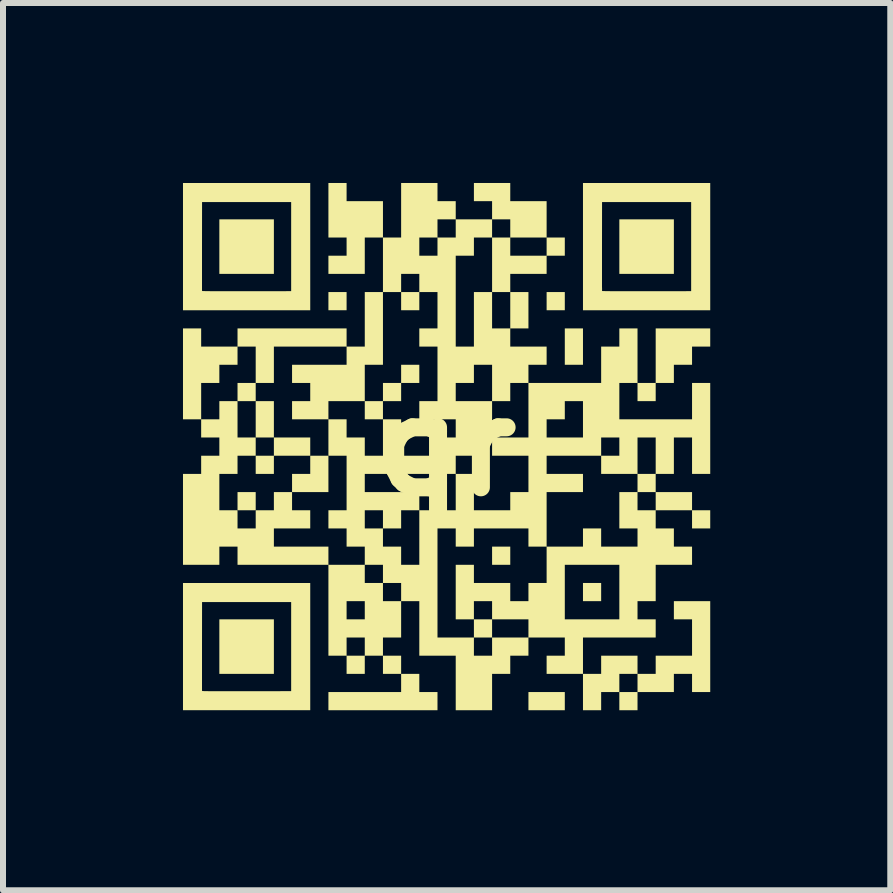
<source format=kicad_pcb>
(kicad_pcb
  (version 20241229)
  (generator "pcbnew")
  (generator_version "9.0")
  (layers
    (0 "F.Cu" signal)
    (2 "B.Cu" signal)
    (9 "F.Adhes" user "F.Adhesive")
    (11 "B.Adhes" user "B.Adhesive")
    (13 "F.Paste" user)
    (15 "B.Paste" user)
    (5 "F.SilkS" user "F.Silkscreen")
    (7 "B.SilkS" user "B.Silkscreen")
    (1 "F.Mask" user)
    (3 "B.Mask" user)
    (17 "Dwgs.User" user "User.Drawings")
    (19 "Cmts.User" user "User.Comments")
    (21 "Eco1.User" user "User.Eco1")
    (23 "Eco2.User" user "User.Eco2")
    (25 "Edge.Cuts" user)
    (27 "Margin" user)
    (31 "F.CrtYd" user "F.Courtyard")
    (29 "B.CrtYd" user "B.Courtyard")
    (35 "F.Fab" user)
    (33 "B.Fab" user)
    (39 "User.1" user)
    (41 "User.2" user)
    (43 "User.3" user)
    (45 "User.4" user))
  (footprint "qr"
    (layer "F.Cu")
    (at 4.394 4.394)
    (property "Reference" "qr" (at 0 0 0) (layer "F.SilkS") (effects (font (size 1.5 1.5) (thickness 0.3))))
    (attr board_only exclude_from_pos_files exclude_from_bom)
    (fp_poly (pts (xy -3.182 -0.909) (xy -3.182 -0.758) (xy -3.334 -0.758) (xy -3.485 -0.758) (xy -3.485 -0.909) (xy -3.485 -1.061) (xy -3.334 -1.061) (xy -3.182 -1.061)) (stroke (width 0) (type solid)) (fill yes) (layer "F.SilkS"))
    (fp_poly (pts (xy -3.182 0.909) (xy -3.182 1.061) (xy -3.334 1.061) (xy -3.485 1.061) (xy -3.485 0.909) (xy -3.485 0.758) (xy -3.334 0.758) (xy -3.182 0.758)) (stroke (width 0) (type solid)) (fill yes) (layer "F.SilkS"))
    (fp_poly (pts (xy -2.879 -3.334) (xy -2.879 -2.879) (xy -3.334 -2.879) (xy -3.788 -2.879) (xy -3.788 -3.334) (xy -3.788 -3.788) (xy -3.334 -3.788) (xy -2.879 -3.788)) (stroke (width 0) (type solid)) (fill yes) (layer "F.SilkS"))
    (fp_poly (pts (xy -2.879 -0.455) (xy -2.879 -0.152) (xy -3.031 -0.152) (xy -3.182 -0.152) (xy -3.182 -0.455) (xy -3.182 -0.758) (xy -3.031 -0.758) (xy -2.879 -0.758)) (stroke (width 0) (type solid)) (fill yes) (layer "F.SilkS"))
    (fp_poly (pts (xy -2.879 3.334) (xy -2.879 3.788) (xy -3.334 3.788) (xy -3.788 3.788) (xy -3.788 3.334) (xy -3.788 2.879) (xy -3.334 2.879) (xy -2.879 2.879)) (stroke (width 0) (type solid)) (fill yes) (layer "F.SilkS"))
    (fp_poly (pts (xy -1.667 -2.424) (xy -1.667 -2.273) (xy -1.818 -2.273) (xy -1.97 -2.273) (xy -1.97 -2.424) (xy -1.97 -2.576) (xy -1.818 -2.576) (xy -1.667 -2.576)) (stroke (width 0) (type solid)) (fill yes) (layer "F.SilkS"))
    (fp_poly (pts (xy -0.758 3.637) (xy -0.758 3.788) (xy -0.909 3.788) (xy -1.061 3.788) (xy -1.061 3.637) (xy -1.061 3.485) (xy -0.909 3.485) (xy -0.758 3.485)) (stroke (width 0) (type solid)) (fill yes) (layer "F.SilkS"))
    (fp_poly (pts (xy -0.455 -2.424) (xy -0.455 -2.273) (xy -0.606 -2.273) (xy -0.758 -2.273) (xy -0.758 -2.424) (xy -0.758 -2.576) (xy -0.606 -2.576) (xy -0.455 -2.576)) (stroke (width 0) (type solid)) (fill yes) (layer "F.SilkS"))
    (fp_poly (pts (xy 0.758 3.031) (xy 0.758 3.182) (xy 0.606 3.182) (xy 0.455 3.182) (xy 0.455 3.031) (xy 0.455 2.879) (xy 0.606 2.879) (xy 0.758 2.879)) (stroke (width 0) (type solid)) (fill yes) (layer "F.SilkS"))
    (fp_poly (pts (xy 1.061 1.818) (xy 1.061 1.97) (xy 0.909 1.97) (xy 0.758 1.97) (xy 0.758 1.818) (xy 0.758 1.667) (xy 0.909 1.667) (xy 1.061 1.667)) (stroke (width 0) (type solid)) (fill yes) (layer "F.SilkS"))
    (fp_poly (pts (xy 1.97 -2.424) (xy 1.97 -2.273) (xy 1.818 -2.273) (xy 1.667 -2.273) (xy 1.667 -2.424) (xy 1.667 -2.576) (xy 1.818 -2.576) (xy 1.97 -2.576)) (stroke (width 0) (type solid)) (fill yes) (layer "F.SilkS"))
    (fp_poly (pts (xy 1.97 4.243) (xy 1.97 4.394) (xy 1.667 4.394) (xy 1.364 4.394) (xy 1.364 4.243) (xy 1.364 4.091) (xy 1.667 4.091) (xy 1.97 4.091)) (stroke (width 0) (type solid)) (fill yes) (layer "F.SilkS"))
    (fp_poly (pts (xy 2.273 -1.667) (xy 2.273 -1.364) (xy 2.121 -1.364) (xy 1.97 -1.364) (xy 1.97 -1.667) (xy 1.97 -1.97) (xy 2.121 -1.97) (xy 2.273 -1.97)) (stroke (width 0) (type solid)) (fill yes) (layer "F.SilkS"))
    (fp_poly (pts (xy 2.576 2.424) (xy 2.576 2.576) (xy 2.424 2.576) (xy 2.273 2.576) (xy 2.273 2.424) (xy 2.273 2.273) (xy 2.424 2.273) (xy 2.576 2.273)) (stroke (width 0) (type solid)) (fill yes) (layer "F.SilkS"))
    (fp_poly (pts (xy 3.788 -3.334) (xy 3.788 -2.879) (xy 3.334 -2.879) (xy 2.879 -2.879) (xy 2.879 -3.334) (xy 2.879 -3.788) (xy 3.334 -3.788) (xy 3.788 -3.788)) (stroke (width 0) (type solid)) (fill yes) (layer "F.SilkS"))
    (fp_poly (pts (xy 4.394 1.212) (xy 4.394 1.364) (xy 4.243 1.364) (xy 4.091 1.364) (xy 4.091 1.212) (xy 4.091 1.061) (xy 4.243 1.061) (xy 4.394 1.061)) (stroke (width 0) (type solid)) (fill yes) (layer "F.SilkS"))
    (fp_poly (pts (xy -1.97 0.455) (xy -1.97 0.758) (xy -2.273 0.758) (xy -2.576 0.758) (xy -2.576 0.606) (xy -2.576 0.455) (xy -2.424 0.455) (xy -2.273 0.455) (xy -2.273 0.303) (xy -2.273 0.152) (xy -2.121 0.152) (xy -1.97 0.152)) (stroke (width 0) (type solid)) (fill yes) (layer "F.SilkS"))
    (fp_poly (pts (xy -2.273 0) (xy -2.273 0.152) (xy -2.576 0.152) (xy -2.879 0.152) (xy -2.879 0.303) (xy -2.879 0.455) (xy -3.031 0.455) (xy -3.182 0.455) (xy -3.182 0.303) (xy -3.182 0.152) (xy -3.031 0.152) (xy -2.879 0.152) (xy -2.879 0) (xy -2.879 -0.152) (xy -2.576 -0.152) (xy -2.273 -0.152)) (stroke (width 0) (type solid)) (fill yes) (layer "F.SilkS"))
    (fp_poly (pts (xy -0.455 3.94) (xy -0.455 4.091) (xy -0.303 4.091) (xy -0.152 4.091) (xy -0.152 4.243) (xy -0.152 4.394) (xy -1.061 4.394) (xy -1.97 4.394) (xy -1.97 4.243) (xy -1.97 4.091) (xy -1.364 4.091) (xy -0.758 4.091) (xy -0.758 3.94) (xy -0.758 3.788) (xy -0.606 3.788) (xy -0.455 3.788)) (stroke (width 0) (type solid)) (fill yes) (layer "F.SilkS"))
    (fp_poly (pts (xy -0.455 -1.212) (xy -0.455 -1.061) (xy -0.606 -1.061) (xy -0.758 -1.061) (xy -0.758 -0.909) (xy -0.758 -0.758) (xy -0.909 -0.758) (xy -1.061 -0.758) (xy -1.061 -0.606) (xy -1.061 -0.455) (xy -1.212 -0.455) (xy -1.364 -0.455) (xy -1.364 -0.606) (xy -1.364 -0.758) (xy -1.212 -0.758) (xy -1.061 -0.758) (xy -1.061 -0.909) (xy -1.061 -1.061) (xy -0.909 -1.061) (xy -0.758 -1.061) (xy -0.758 -1.212) (xy -0.758 -1.364) (xy -0.606 -1.364) (xy -0.455 -1.364)) (stroke (width 0) (type solid)) (fill yes) (layer "F.SilkS"))
    (fp_poly (pts (xy -2.273 -3.334) (xy -2.273 -2.273) (xy -3.334 -2.273) (xy -4.394 -2.273) (xy -4.394 -2.967) (xy -4.077 -2.967) (xy -4.077 -2.903) (xy -4.077 -2.844) (xy -4.077 -2.79) (xy -4.077 -2.742) (xy -4.077 -2.7) (xy -4.077 -2.664) (xy -4.077 -2.635) (xy -4.077 -2.614) (xy -4.076 -2.6) (xy -4.076 -2.595) (xy -4.076 -2.595) (xy -4.074 -2.594) (xy -4.069 -2.593) (xy -4.06 -2.593) (xy -4.048 -2.592) (xy -4.03 -2.592) (xy -4.009 -2.591) (xy -3.982 -2.591) (xy -3.95 -2.591) (xy -3.912 -2.59) (xy -3.868 -2.59) (xy -3.818 -2.59) (xy -3.761 -2.59) (xy -3.698 -2.59) (xy -3.627 -2.59) (xy -3.548 -2.59) (xy -3.461 -2.59) (xy -3.366 -2.59) (xy -3.333 -2.59) (xy -2.591 -2.591) (xy -2.591 -3.334) (xy -2.591 -4.076) (xy -3.334 -4.076) (xy -4.076 -4.076) (xy -4.077 -3.338) (xy -4.077 -3.258) (xy -4.077 -3.181) (xy -4.077 -3.106) (xy -4.077 -3.034) (xy -4.077 -2.967) (xy -4.394 -2.967) (xy -4.394 -3.334) (xy -4.394 -4.394) (xy -3.334 -4.394) (xy -2.273 -4.394)) (stroke (width 0) (type solid)) (fill yes) (layer "F.SilkS"))
    (fp_poly (pts (xy -2.273 3.334) (xy -2.273 4.394) (xy -3.334 4.394) (xy -4.394 4.394) (xy -4.394 3.701) (xy -4.077 3.701) (xy -4.077 3.764) (xy -4.077 3.823) (xy -4.077 3.877) (xy -4.077 3.925) (xy -4.077 3.968) (xy -4.077 4.003) (xy -4.077 4.032) (xy -4.077 4.054) (xy -4.076 4.067) (xy -4.076 4.073) (xy -4.076 4.073) (xy -4.074 4.073) (xy -4.069 4.074) (xy -4.06 4.075) (xy -4.048 4.075) (xy -4.03 4.076) (xy -4.009 4.076) (xy -3.982 4.076) (xy -3.95 4.077) (xy -3.912 4.077) (xy -3.868 4.077) (xy -3.818 4.077) (xy -3.761 4.077) (xy -3.698 4.077) (xy -3.627 4.077) (xy -3.548 4.077) (xy -3.461 4.077) (xy -3.366 4.077) (xy -3.333 4.077) (xy -2.591 4.076) (xy -2.591 3.334) (xy -2.591 2.591) (xy -3.334 2.591) (xy -4.076 2.591) (xy -4.077 3.329) (xy -4.077 3.409) (xy -4.077 3.487) (xy -4.077 3.561) (xy -4.077 3.633) (xy -4.077 3.701) (xy -4.394 3.701) (xy -4.394 3.334) (xy -4.394 2.273) (xy -3.334 2.273) (xy -2.273 2.273)) (stroke (width 0) (type solid)) (fill yes) (layer "F.SilkS"))
    (fp_poly (pts (xy 4.394 -3.334) (xy 4.394 -2.273) (xy 3.334 -2.273) (xy 2.273 -2.273) (xy 2.273 -2.967) (xy 2.59 -2.967) (xy 2.59 -2.903) (xy 2.59 -2.844) (xy 2.59 -2.79) (xy 2.59 -2.742) (xy 2.59 -2.7) (xy 2.59 -2.664) (xy 2.591 -2.635) (xy 2.591 -2.614) (xy 2.591 -2.6) (xy 2.591 -2.595) (xy 2.591 -2.595) (xy 2.593 -2.594) (xy 2.598 -2.593) (xy 2.607 -2.593) (xy 2.62 -2.592) (xy 2.637 -2.592) (xy 2.659 -2.591) (xy 2.685 -2.591) (xy 2.718 -2.591) (xy 2.755 -2.59) (xy 2.799 -2.59) (xy 2.849 -2.59) (xy 2.906 -2.59) (xy 2.97 -2.59) (xy 3.041 -2.59) (xy 3.119 -2.59) (xy 3.206 -2.59) (xy 3.301 -2.59) (xy 3.335 -2.59) (xy 4.076 -2.591) (xy 4.076 -3.334) (xy 4.076 -4.076) (xy 3.334 -4.076) (xy 2.591 -4.076) (xy 2.59 -3.338) (xy 2.59 -3.258) (xy 2.59 -3.181) (xy 2.59 -3.106) (xy 2.59 -3.034) (xy 2.59 -2.967) (xy 2.273 -2.967) (xy 2.273 -3.334) (xy 2.273 -4.394) (xy 3.334 -4.394) (xy 4.394 -4.394)) (stroke (width 0) (type solid)) (fill yes) (layer "F.SilkS"))
    (fp_poly (pts (xy -1.667 -4.243) (xy -1.667 -4.091) (xy -1.364 -4.091) (xy -1.061 -4.091) (xy -1.061 -3.788) (xy -1.061 -3.485) (xy -0.909 -3.485) (xy -0.758 -3.485) (xy -0.455 -3.485) (xy -0.455 -3.334) (xy -0.455 -3.182) (xy -0.303 -3.182) (xy -0.152 -3.182) (xy 0.152 -3.182) (xy 0.152 -2.424) (xy 0.152 -1.667) (xy 0.303 -1.667) (xy 0.455 -1.667) (xy 0.455 -2.121) (xy 0.455 -2.576) (xy 0.606 -2.576) (xy 0.758 -2.576) (xy 0.758 -3.031) (xy 0.758 -3.485) (xy 0.909 -3.485) (xy 1.061 -3.485) (xy 1.061 -3.637) (xy 1.061 -3.788) (xy 0.909 -3.788) (xy 0.758 -3.788) (xy 0.758 -3.637) (xy 0.758 -3.485) (xy 0.606 -3.485) (xy 0.455 -3.485) (xy 0.455 -3.334) (xy 0.455 -3.182) (xy 0.303 -3.182) (xy 0.152 -3.182) (xy -0.152 -3.182) (xy -0.152 -3.334) (xy -0.152 -3.485) (xy 0 -3.485) (xy 0.152 -3.485) (xy 0.152 -3.637) (xy 0.152 -3.788) (xy 0 -3.788) (xy -0.152 -3.788) (xy -0.152 -3.637) (xy -0.152 -3.485) (xy -0.303 -3.485) (xy -0.455 -3.485) (xy -0.758 -3.485) (xy -0.758 -3.94) (xy -0.758 -4.394) (xy -0.455 -4.394) (xy -0.152 -4.394) (xy -0.152 -4.243) (xy -0.152 -4.091) (xy 0 -4.091) (xy 0.152 -4.091) (xy 0.152 -3.94) (xy 0.152 -3.788) (xy 0.455 -3.788) (xy 0.758 -3.788) (xy 0.758 -3.94) (xy 0.758 -4.091) (xy 0.606 -4.091) (xy 0.455 -4.091) (xy 0.455 -4.243) (xy 0.455 -4.394) (xy 0.758 -4.394) (xy 1.061 -4.394) (xy 1.061 -4.243) (xy 1.061 -4.091) (xy 1.364 -4.091) (xy 1.667 -4.091) (xy 1.667 -3.788) (xy 1.667 -3.485) (xy 1.364 -3.485) (xy 1.061 -3.485) (xy 1.061 -3.334) (xy 1.061 -3.182) (xy 1.364 -3.182) (xy 1.667 -3.182) (xy 1.667 -3.334) (xy 1.667 -3.485) (xy 1.818 -3.485) (xy 1.97 -3.485) (xy 1.97 -3.334) (xy 1.97 -3.182) (xy 1.818 -3.182) (xy 1.667 -3.182) (xy 1.667 -3.031) (xy 1.667 -2.879) (xy 1.364 -2.879) (xy 1.061 -2.879) (xy 1.061 -2.728) (xy 1.061 -2.576) (xy 0.909 -2.576) (xy 0.758 -2.576) (xy 0.758 -2.273) (xy 0.758 -1.97) (xy 0.909 -1.97) (xy 1.061 -1.97) (xy 1.061 -2.273) (xy 1.061 -2.576) (xy 1.212 -2.576) (xy 1.364 -2.576) (xy 1.364 -2.273) (xy 1.364 -1.97) (xy 1.212 -1.97) (xy 1.061 -1.97) (xy 1.061 -1.818) (xy 1.061 -1.667) (xy 1.364 -1.667) (xy 1.667 -1.667) (xy 1.667 -1.515) (xy 1.667 -1.364) (xy 1.515 -1.364) (xy 1.364 -1.364) (xy 1.364 -1.212) (xy 1.364 -1.061) (xy 1.97 -1.061) (xy 2.576 -1.061) (xy 2.576 -1.364) (xy 2.576 -1.667) (xy 2.728 -1.667) (xy 2.879 -1.667) (xy 2.879 -1.818) (xy 2.879 -1.97) (xy 3.031 -1.97) (xy 3.182 -1.97) (xy 3.182 -1.515) (xy 3.182 -1.061) (xy 3.334 -1.061) (xy 3.485 -1.061) (xy 3.485 -1.515) (xy 3.485 -1.97) (xy 3.94 -1.97) (xy 4.394 -1.97) (xy 4.394 -1.818) (xy 4.394 -1.667) (xy 4.243 -1.667) (xy 4.091 -1.667) (xy 4.091 -1.515) (xy 4.091 -1.364) (xy 3.94 -1.364) (xy 3.788 -1.364) (xy 3.788 -1.212) (xy 3.788 -1.061) (xy 3.637 -1.061) (xy 3.485 -1.061) (xy 3.485 -0.909) (xy 3.485 -0.758) (xy 3.334 -0.758) (xy 3.182 -0.758) (xy 3.182 -0.909) (xy 3.182 -1.061) (xy 3.031 -1.061) (xy 2.879 -1.061) (xy 2.879 -0.758) (xy 2.879 -0.455) (xy 3.485 -0.455) (xy 4.091 -0.455) (xy 4.091 -0.758) (xy 4.091 -1.061) (xy 4.243 -1.061) (xy 4.394 -1.061) (xy 4.394 -0.303) (xy 4.394 0.455) (xy 4.243 0.455) (xy 4.091 0.455) (xy 4.091 0.152) (xy 4.091 -0.152) (xy 3.94 -0.152) (xy 3.788 -0.152) (xy 3.788 0.152) (xy 3.788 0.455) (xy 3.637 0.455) (xy 3.485 0.455) (xy 3.485 0.606) (xy 3.485 0.758) (xy 3.334 0.758) (xy 3.182 0.758) (xy 3.182 0.909) (xy 3.182 1.061) (xy 3.334 1.061) (xy 3.485 1.061) (xy 3.485 0.909) (xy 3.485 0.758) (xy 3.788 0.758) (xy 4.091 0.758) (xy 4.091 0.909) (xy 4.091 1.061) (xy 3.788 1.061) (xy 3.485 1.061) (xy 3.485 1.212) (xy 3.485 1.364) (xy 3.637 1.364) (xy 3.788 1.364) (xy 3.788 1.515) (xy 3.788 1.667) (xy 3.94 1.667) (xy 4.091 1.667) (xy 4.091 1.818) (xy 4.091 1.97) (xy 3.788 1.97) (xy 3.485 1.97) (xy 3.485 2.273) (xy 3.485 2.576) (xy 3.334 2.576) (xy 3.182 2.576) (xy 3.182 2.728) (xy 3.182 2.879) (xy 3.334 2.879) (xy 3.485 2.879) (xy 3.485 3.031) (xy 3.485 3.182) (xy 2.879 3.182) (xy 2.273 3.182) (xy 2.273 3.485) (xy 2.273 3.788) (xy 2.424 3.788) (xy 2.576 3.788) (xy 2.576 3.637) (xy 2.576 3.485) (xy 2.879 3.485) (xy 3.182 3.485) (xy 3.182 3.637) (xy 3.182 3.788) (xy 3.334 3.788) (xy 3.485 3.788) (xy 3.485 3.637) (xy 3.485 3.485) (xy 3.788 3.485) (xy 4.091 3.485) (xy 4.091 3.182) (xy 4.091 2.879) (xy 3.94 2.879) (xy 3.788 2.879) (xy 3.788 2.728) (xy 3.788 2.576) (xy 4.091 2.576) (xy 4.394 2.576) (xy 4.394 3.334) (xy 4.394 4.091) (xy 4.243 4.091) (xy 4.091 4.091) (xy 4.091 3.94) (xy 4.091 3.788) (xy 3.94 3.788) (xy 3.788 3.788) (xy 3.788 3.94) (xy 3.788 4.091) (xy 3.485 4.091) (xy 3.182 4.091) (xy 3.182 4.243) (xy 3.182 4.394) (xy 3.031 4.394) (xy 2.879 4.394) (xy 2.879 4.243) (xy 2.879 4.091) (xy 2.728 4.091) (xy 2.576 4.091) (xy 2.576 4.243) (xy 2.576 4.394) (xy 2.424 4.394) (xy 2.273 4.394) (xy 2.273 4.091) (xy 2.273 3.94) (xy 2.879 3.94) (xy 2.879 4.091) (xy 3.031 4.091) (xy 3.182 4.091) (xy 3.182 3.94) (xy 3.182 3.788) (xy 3.031 3.788) (xy 2.879 3.788) (xy 2.879 3.94) (xy 2.273 3.94) (xy 2.273 3.788) (xy 1.97 3.788) (xy 1.667 3.788) (xy 1.667 3.637) (xy 1.667 3.485) (xy 1.818 3.485) (xy 1.97 3.485) (xy 1.97 3.334) (xy 1.97 3.182) (xy 1.667 3.182) (xy 1.364 3.182) (xy 1.364 3.334) (xy 1.364 3.485) (xy 1.212 3.485) (xy 1.061 3.485) (xy 1.061 3.637) (xy 1.061 3.788) (xy 0.909 3.788) (xy 0.758 3.788) (xy 0.758 4.091) (xy 0.758 4.394) (xy 0.455 4.394) (xy 0.152 4.394) (xy 0.152 3.94) (xy 0.152 3.485) (xy -0.152 3.485) (xy -0.455 3.485) (xy -0.455 3.031) (xy -0.455 2.576) (xy -0.606 2.576) (xy -0.758 2.576) (xy -0.758 2.879) (xy -0.758 3.182) (xy -0.909 3.182) (xy -1.061 3.182) (xy -1.061 3.334) (xy -1.061 3.485) (xy -1.212 3.485) (xy -1.364 3.485) (xy -1.364 3.637) (xy -1.364 3.788) (xy -1.515 3.788) (xy -1.667 3.788) (xy -1.667 3.637) (xy -1.667 3.485) (xy -1.818 3.485) (xy -1.97 3.485) (xy -1.97 3.334) (xy -1.667 3.334) (xy -1.667 3.485) (xy -1.515 3.485) (xy -1.364 3.485) (xy -1.364 3.334) (xy -1.364 3.182) (xy -1.515 3.182) (xy -1.667 3.182) (xy -1.667 3.334) (xy -1.97 3.334) (xy -1.97 2.728) (xy -1.667 2.728) (xy -1.667 2.879) (xy -1.515 2.879) (xy -1.364 2.879) (xy -1.364 2.728) (xy -1.364 2.576) (xy -1.515 2.576) (xy -1.667 2.576) (xy -1.667 2.728) (xy -1.97 2.728) (xy -1.97 2.424) (xy -1.061 2.424) (xy -1.061 2.576) (xy -0.909 2.576) (xy -0.758 2.576) (xy -0.758 2.424) (xy -0.758 2.273) (xy -0.909 2.273) (xy -1.061 2.273) (xy -1.061 2.424) (xy -1.97 2.424) (xy -1.97 2.121) (xy -1.364 2.121) (xy -1.364 2.273) (xy -1.212 2.273) (xy -1.061 2.273) (xy -1.061 2.121) (xy -1.061 1.97) (xy -1.212 1.97) (xy -1.364 1.97) (xy -1.364 2.121) (xy -1.97 2.121) (xy -1.97 1.97) (xy -2.728 1.97) (xy -3.485 1.97) (xy -3.485 1.818) (xy -3.485 1.667) (xy -3.637 1.667) (xy -3.788 1.667) (xy -3.788 1.818) (xy -3.788 1.97) (xy -4.091 1.97) (xy -4.394 1.97) (xy -4.394 1.212) (xy -4.394 0.455) (xy -4.243 0.455) (xy -4.091 0.455) (xy -4.091 0.303) (xy -4.091 0.152) (xy -3.94 0.152) (xy -3.788 0.152) (xy -3.788 0) (xy -3.788 -0.152) (xy -3.94 -0.152) (xy -4.091 -0.152) (xy -4.091 -0.303) (xy -4.091 -0.455) (xy -4.243 -0.455) (xy -4.394 -0.455) (xy -4.394 -1.061) (xy -4.091 -1.061) (xy -4.091 -0.758) (xy -4.091 -0.455) (xy -3.94 -0.455) (xy -3.788 -0.455) (xy -3.788 -0.606) (xy -3.788 -0.758) (xy -3.637 -0.758) (xy -3.485 -0.758) (xy -3.485 -0.455) (xy -3.485 -0.152) (xy -3.334 -0.152) (xy -3.182 -0.152) (xy -3.182 0) (xy -3.182 0.152) (xy -3.334 0.152) (xy -3.485 0.152) (xy -3.485 0.303) (xy -3.485 0.455) (xy -3.637 0.455) (xy -3.788 0.455) (xy -3.788 0.758) (xy -3.788 1.061) (xy -3.637 1.061) (xy -3.485 1.061) (xy -3.485 1.212) (xy -3.485 1.364) (xy -3.334 1.364) (xy -3.182 1.364) (xy -3.182 1.212) (xy -3.182 1.061) (xy -3.031 1.061) (xy -2.879 1.061) (xy -2.879 0.909) (xy -2.879 0.758) (xy -2.728 0.758) (xy -2.576 0.758) (xy -2.576 0.909) (xy -2.576 1.061) (xy -2.424 1.061) (xy -2.273 1.061) (xy -2.273 1.212) (xy -2.273 1.364) (xy -2.576 1.364) (xy -2.879 1.364) (xy -2.879 1.515) (xy -2.879 1.667) (xy -2.424 1.667) (xy -1.97 1.667) (xy -1.97 1.818) (xy -1.97 1.97) (xy -1.667 1.97) (xy -1.364 1.97) (xy -1.364 1.818) (xy -1.364 1.667) (xy -1.515 1.667) (xy -1.667 1.667) (xy -1.667 1.515) (xy -1.667 1.364) (xy -1.818 1.364) (xy -1.97 1.364) (xy -1.97 1.212) (xy -1.97 1.061) (xy -1.818 1.061) (xy -1.667 1.061) (xy -1.667 0.606) (xy -1.667 0.455) (xy -1.364 0.455) (xy -1.364 0.606) (xy -1.364 0.758) (xy -0.909 0.758) (xy -0.455 0.758) (xy -0.455 0.909) (xy -0.455 1.061) (xy -0.606 1.061) (xy -0.758 1.061) (xy -0.758 1.212) (xy -0.758 1.364) (xy -0.909 1.364) (xy -1.061 1.364) (xy -1.061 1.212) (xy -1.061 1.061) (xy -1.212 1.061) (xy -1.364 1.061) (xy -1.364 1.212) (xy -1.364 1.364) (xy -1.212 1.364) (xy -1.061 1.364) (xy -1.061 1.515) (xy -1.061 1.667) (xy -0.909 1.667) (xy -0.758 1.667) (xy -0.758 1.818) (xy -0.758 1.97) (xy -0.606 1.97) (xy -0.455 1.97) (xy -0.455 1.515) (xy -0.455 1.364) (xy -0.152 1.364) (xy -0.152 2.273) (xy -0.152 3.182) (xy 0.152 3.182) (xy 0.455 3.182) (xy 0.455 3.334) (xy 0.455 3.485) (xy 0.606 3.485) (xy 0.758 3.485) (xy 0.758 3.334) (xy 0.758 3.182) (xy 1.061 3.182) (xy 1.364 3.182) (xy 1.364 3.031) (xy 1.364 2.879) (xy 1.061 2.879) (xy 0.758 2.879) (xy 0.758 2.728) (xy 0.758 2.576) (xy 0.606 2.576) (xy 0.455 2.576) (xy 0.455 2.728) (xy 0.455 2.879) (xy 0.303 2.879) (xy 0.152 2.879) (xy 0.152 2.424) (xy 0.152 1.97) (xy 0.303 1.97) (xy 0.455 1.97) (xy 0.455 2.121) (xy 0.455 2.273) (xy 0.758 2.273) (xy 1.061 2.273) (xy 1.061 2.424) (xy 1.061 2.576) (xy 1.212 2.576) (xy 1.364 2.576) (xy 1.364 2.424) (xy 1.97 2.424) (xy 1.97 2.879) (xy 2.424 2.879) (xy 2.879 2.879) (xy 2.879 2.424) (xy 2.879 1.97) (xy 2.424 1.97) (xy 1.97 1.97) (xy 1.97 2.424) (xy 1.364 2.424) (xy 1.364 2.273) (xy 1.515 2.273) (xy 1.667 2.273) (xy 1.667 1.97) (xy 1.667 1.667) (xy 1.97 1.667) (xy 2.273 1.667) (xy 2.273 1.515) (xy 2.273 1.364) (xy 2.424 1.364) (xy 2.576 1.364) (xy 2.576 1.515) (xy 2.576 1.667) (xy 2.879 1.667) (xy 3.182 1.667) (xy 3.182 1.515) (xy 3.182 1.364) (xy 3.031 1.364) (xy 2.879 1.364) (xy 2.879 1.061) (xy 2.879 0.758) (xy 3.031 0.758) (xy 3.182 0.758) (xy 3.182 0.606) (xy 3.182 0.455) (xy 3.334 0.455) (xy 3.485 0.455) (xy 3.485 0.152) (xy 3.485 -0.152) (xy 3.334 -0.152) (xy 3.182 -0.152) (xy 3.182 0.152) (xy 3.182 0.455) (xy 2.879 0.455) (xy 2.576 0.455) (xy 2.576 0.303) (xy 2.576 0.152) (xy 2.728 0.152) (xy 2.879 0.152) (xy 2.879 0) (xy 2.879 -0.152) (xy 2.728 -0.152) (xy 2.576 -0.152) (xy 2.576 0) (xy 2.576 0.152) (xy 2.121 0.152) (xy 1.667 0.152) (xy 1.667 0.303) (xy 1.667 0.455) (xy 1.97 0.455) (xy 2.273 0.455) (xy 2.273 0.606) (xy 2.273 0.758) (xy 1.97 0.758) (xy 1.667 0.758) (xy 1.667 1.212) (xy 1.667 1.667) (xy 1.515 1.667) (xy 1.364 1.667) (xy 1.364 1.515) (xy 1.364 1.364) (xy 0.909 1.364) (xy 0.455 1.364) (xy 0.455 1.515) (xy 0.455 1.667) (xy 0.303 1.667) (xy 0.152 1.667) (xy 0.152 1.515) (xy 0.152 1.364) (xy 0 1.364) (xy -0.152 1.364) (xy -0.455 1.364) (xy -0.455 1.061) (xy -0.152 1.061) (xy 0.152 1.061) (xy 0.152 0.758) (xy 0.152 0.455) (xy 0.303 0.455) (xy 0.455 0.455) (xy 0.455 0.758) (xy 0.455 1.061) (xy 0.758 1.061) (xy 1.061 1.061) (xy 1.061 0.909) (xy 1.061 0.758) (xy 1.212 0.758) (xy 1.364 0.758) (xy 1.364 0.455) (xy 1.364 0.152) (xy 1.061 0.152) (xy 0.758 0.152) (xy 0.758 0) (xy 0.758 -0.152) (xy 1.061 -0.152) (xy 1.364 -0.152) (xy 1.364 -0.455) (xy 1.667 -0.455) (xy 1.667 -0.303) (xy 1.667 -0.152) (xy 1.97 -0.152) (xy 2.273 -0.152) (xy 2.273 -0.455) (xy 2.273 -0.758) (xy 2.121 -0.758) (xy 1.97 -0.758) (xy 1.97 -0.606) (xy 1.97 -0.455) (xy 1.818 -0.455) (xy 1.667 -0.455) (xy 1.364 -0.455) (xy 1.364 -0.606) (xy 1.364 -1.061) (xy 1.212 -1.061) (xy 1.061 -1.061) (xy 1.061 -0.909) (xy 1.061 -0.758) (xy 0.909 -0.758) (xy 0.758 -0.758) (xy 0.758 -1.061) (xy 0.758 -1.364) (xy 0.606 -1.364) (xy 0.455 -1.364) (xy 0.455 -1.212) (xy 0.455 -1.061) (xy 0.303 -1.061) (xy 0.152 -1.061) (xy 0.152 -0.909) (xy 0.152 -0.758) (xy 0.455 -0.758) (xy 0.758 -0.758) (xy 0.758 -0.455) (xy 0.758 -0.152) (xy 0.606 -0.152) (xy 0.455 -0.152) (xy 0.455 0) (xy 0.455 0.152) (xy 0.303 0.152) (xy 0.152 0.152) (xy 0.152 0.303) (xy 0.152 0.455) (xy -0.606 0.455) (xy -1.364 0.455) (xy -1.667 0.455) (xy -1.667 0.152) (xy -1.818 0.152) (xy -1.97 0.152) (xy -1.97 -0.152) (xy -1.97 -0.455) (xy -1.818 -0.455) (xy -1.667 -0.455) (xy -1.667 -0.303) (xy -1.667 -0.152) (xy -1.515 -0.152) (xy -1.364 -0.152) (xy -1.364 0) (xy -1.364 0.152) (xy -1.212 0.152) (xy -1.061 0.152) (xy -1.061 -0.152) (xy -1.061 -0.455) (xy -0.909 -0.455) (xy -0.758 -0.455) (xy -0.758 -0.152) (xy -0.758 0.152) (xy -0.455 0.152) (xy -0.152 0.152) (xy -0.152 0) (xy -0.152 -0.152) (xy 0 -0.152) (xy 0.152 -0.152) (xy 0.152 -0.303) (xy 0.152 -0.455) (xy -0.152 -0.455) (xy -0.455 -0.455) (xy -0.455 -0.606) (xy -0.455 -0.758) (xy -0.303 -0.758) (xy -0.152 -0.758) (xy -0.152 -1.212) (xy -0.152 -1.667) (xy -0.303 -1.667) (xy -0.455 -1.667) (xy -0.455 -1.818) (xy -0.455 -1.97) (xy -0.303 -1.97) (xy -0.152 -1.97) (xy -0.152 -2.273) (xy -0.152 -2.576) (xy -0.303 -2.576) (xy -0.455 -2.576) (xy -0.455 -2.728) (xy -0.455 -2.879) (xy -0.606 -2.879) (xy -0.758 -2.879) (xy -0.758 -2.728) (xy -0.758 -2.576) (xy -0.909 -2.576) (xy -1.061 -2.576) (xy -1.061 -1.97) (xy -1.061 -1.364) (xy -1.212 -1.364) (xy -1.364 -1.364) (xy -1.364 -1.061) (xy -1.364 -0.758) (xy -1.667 -0.758) (xy -1.97 -0.758) (xy -1.97 -0.606) (xy -1.97 -0.455) (xy -2.273 -0.455) (xy -2.576 -0.455) (xy -2.576 -0.606) (xy -2.576 -0.758) (xy -2.424 -0.758) (xy -2.273 -0.758) (xy -2.273 -0.909) (xy -2.273 -1.061) (xy -2.424 -1.061) (xy -2.576 -1.061) (xy -2.576 -1.212) (xy -2.576 -1.364) (xy -2.121 -1.364) (xy -1.667 -1.364) (xy -1.667 -1.515) (xy -1.667 -1.667) (xy -2.273 -1.667) (xy -2.879 -1.667) (xy -2.879 -1.364) (xy -2.879 -1.061) (xy -3.031 -1.061) (xy -3.182 -1.061) (xy -3.182 -1.364) (xy -3.182 -1.667) (xy -3.334 -1.667) (xy -3.485 -1.667) (xy -3.485 -1.515) (xy -3.485 -1.364) (xy -3.637 -1.364) (xy -3.788 -1.364) (xy -3.788 -1.212) (xy -3.788 -1.061) (xy -3.94 -1.061) (xy -4.091 -1.061) (xy -4.394 -1.061) (xy -4.394 -1.212) (xy -4.394 -1.97) (xy -4.243 -1.97) (xy -4.091 -1.97) (xy -4.091 -1.818) (xy -4.091 -1.667) (xy -3.788 -1.667) (xy -3.485 -1.667) (xy -3.485 -1.818) (xy -3.485 -1.97) (xy -2.576 -1.97) (xy -1.667 -1.97) (xy -1.667 -1.818) (xy -1.667 -1.667) (xy -1.515 -1.667) (xy -1.364 -1.667) (xy -1.364 -2.121) (xy -1.364 -2.576) (xy -1.212 -2.576) (xy -1.061 -2.576) (xy -1.061 -3.031) (xy -1.061 -3.485) (xy -1.212 -3.485) (xy -1.364 -3.485) (xy -1.364 -3.182) (xy -1.364 -2.879) (xy -1.667 -2.879) (xy -1.97 -2.879) (xy -1.97 -3.031) (xy -1.97 -3.182) (xy -1.818 -3.182) (xy -1.667 -3.182) (xy -1.667 -3.334) (xy -1.667 -3.485) (xy -1.818 -3.485) (xy -1.97 -3.485) (xy -1.97 -3.94) (xy -1.97 -4.394) (xy -1.818 -4.394) (xy -1.667 -4.394)) (stroke (width 0) (type solid)) (fill yes) (layer "F.SilkS")))
  (gr_rect
    (start -3 -3)
    (end 11.789 11.789)
    (stroke (width 0.1) (type default))
    (fill no)
    (layer "Edge.Cuts")))
</source>
